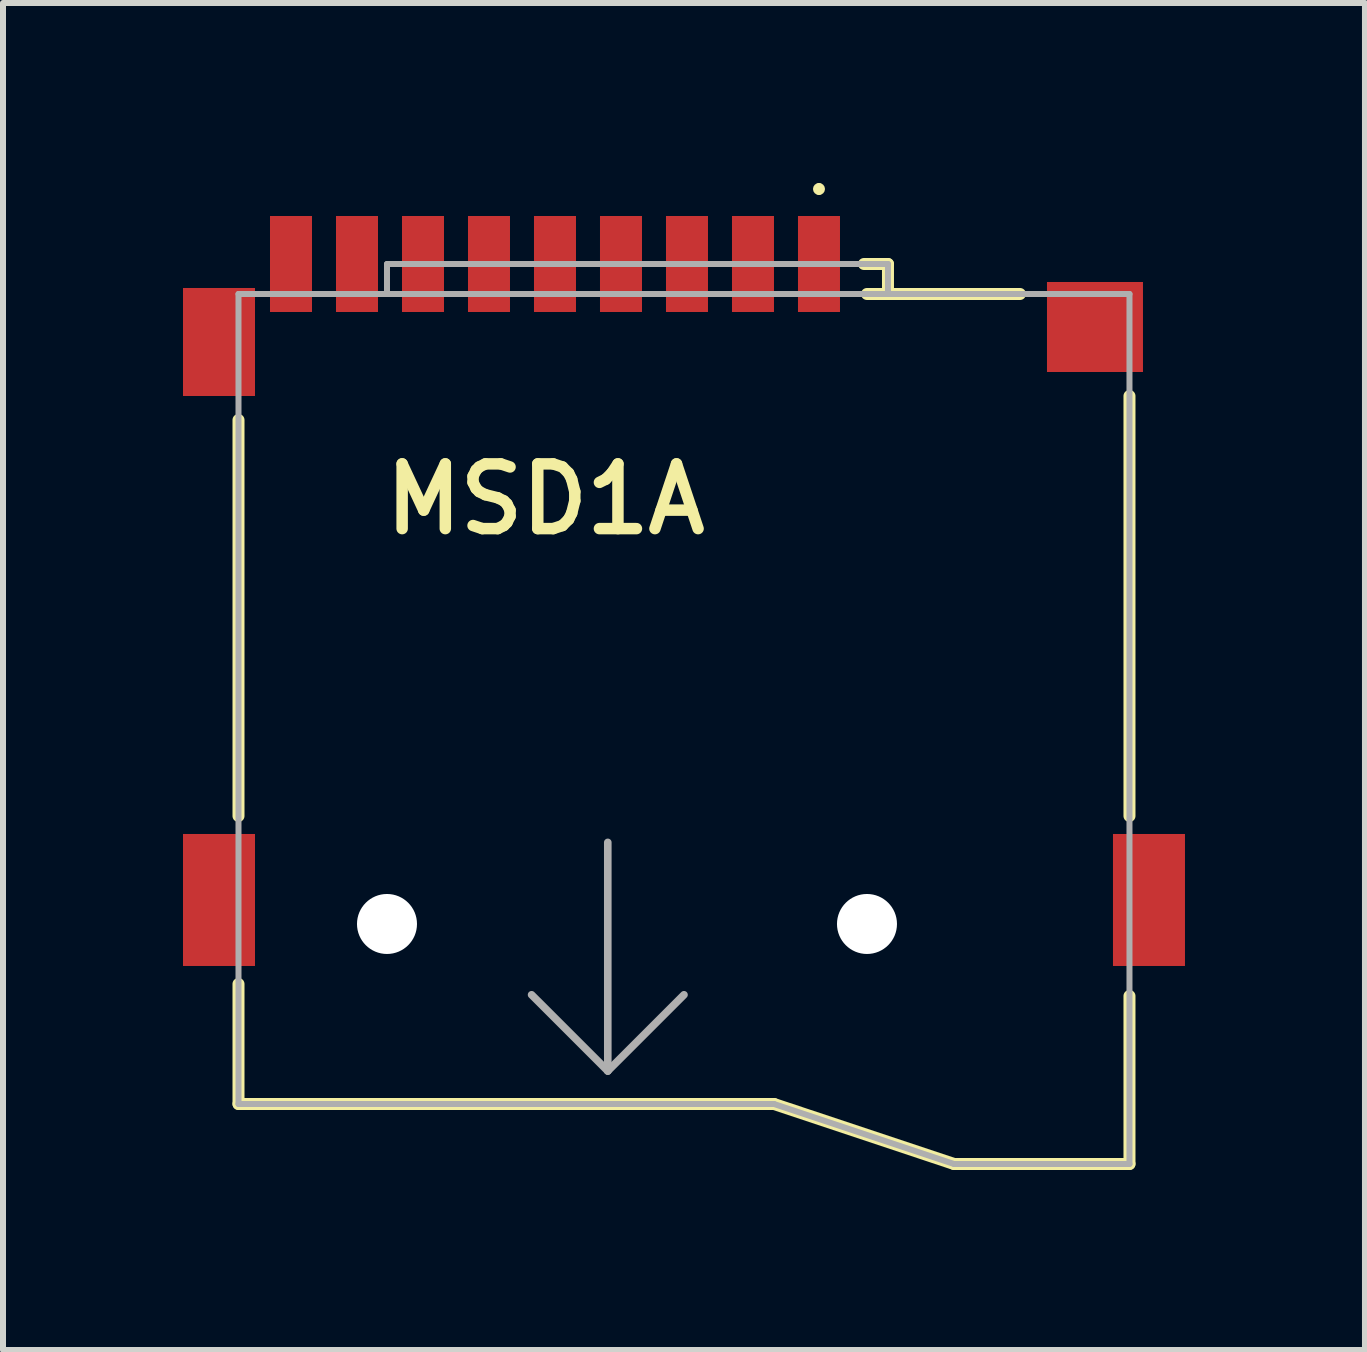
<source format=kicad_pcb>
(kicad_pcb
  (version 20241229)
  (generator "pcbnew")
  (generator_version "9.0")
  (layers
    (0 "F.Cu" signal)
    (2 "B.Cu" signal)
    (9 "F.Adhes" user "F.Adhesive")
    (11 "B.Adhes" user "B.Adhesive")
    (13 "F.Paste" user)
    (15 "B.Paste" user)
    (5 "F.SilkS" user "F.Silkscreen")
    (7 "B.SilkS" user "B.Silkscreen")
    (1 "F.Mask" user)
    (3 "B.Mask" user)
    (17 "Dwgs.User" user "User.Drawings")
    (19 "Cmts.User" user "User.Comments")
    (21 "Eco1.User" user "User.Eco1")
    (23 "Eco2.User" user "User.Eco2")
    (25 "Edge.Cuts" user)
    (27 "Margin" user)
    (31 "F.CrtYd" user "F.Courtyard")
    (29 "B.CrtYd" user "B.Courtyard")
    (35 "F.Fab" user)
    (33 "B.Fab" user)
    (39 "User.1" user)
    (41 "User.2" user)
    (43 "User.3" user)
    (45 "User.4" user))
  (footprint "MSD1A"
    (layer "F.Cu")
    (at 8.35 8.45)
    (property "Reference" "MSD1A" (at -5.08 -3.81 0) (unlocked yes) (layer "F.SilkS") (effects (font (size 1.079 1.079) (thickness 0.191)) (justify left top)))
    (fp_line (start -7.425 -4.5) (end -7.425 2.1) (stroke (width 0.2) (type solid)) (layer "F.SilkS"))
    (fp_line (start -7.425 4.9) (end -7.425 6.9) (stroke (width 0.2) (type solid)) (layer "F.SilkS"))
    (fp_line (start -7.425 6.9) (end 1.5 6.9) (stroke (width 0.2) (type solid)) (layer "F.SilkS"))
    (fp_line (start 1.5 6.9) (end 4.5 7.9) (stroke (width 0.2) (type solid)) (layer "F.SilkS"))
    (fp_line (start 3.05 -6.6) (end 5.6 -6.6) (stroke (width 0.2) (type solid)) (layer "F.SilkS"))
    (fp_line (start 3.4 -7.1) (end 3 -7.1) (stroke (width 0.2) (type solid)) (layer "F.SilkS"))
    (fp_line (start 3.4 -6.6) (end 3.4 -7.1) (stroke (width 0.2) (type solid)) (layer "F.SilkS"))
    (fp_line (start 4.5 7.9) (end 7.425 7.9) (stroke (width 0.2) (type solid)) (layer "F.SilkS"))
    (fp_line (start 7.425 2.1) (end 7.425 -4.9) (stroke (width 0.2) (type solid)) (layer "F.SilkS"))
    (fp_line (start 7.425 7.9) (end 7.425 5.1) (stroke (width 0.2) (type solid)) (layer "F.SilkS"))
    (fp_arc (start 2.25 -8.4) (mid 2.3 -8.35) (end 2.25 -8.3) (stroke (width 0.1) (type solid)) (layer "F.SilkS"))
    (fp_arc (start 2.25 -8.3) (mid 2.2 -8.35) (end 2.25 -8.4) (stroke (width 0.1) (type solid)) (layer "F.SilkS"))
    (fp_line (start -7.425 -6.6) (end -7.425 6.9) (stroke (width 0.1) (type solid)) (layer "F.Fab"))
    (fp_line (start -7.425 6.9) (end 1.5 6.9) (stroke (width 0.1) (type solid)) (layer "F.Fab"))
    (fp_line (start -4.95 -7.1) (end -4.95 -6.6) (stroke (width 0.1) (type solid)) (layer "F.Fab"))
    (fp_line (start -1.27 2.54) (end -1.27 6.35) (stroke (width 0.127) (type solid)) (layer "F.Fab"))
    (fp_line (start -1.27 6.35) (end -2.54 5.08) (stroke (width 0.127) (type solid)) (layer "F.Fab"))
    (fp_line (start -1.27 6.35) (end 0 5.08) (stroke (width 0.127) (type solid)) (layer "F.Fab"))
    (fp_line (start 1.5 6.9) (end 4.5 7.9) (stroke (width 0.1) (type solid)) (layer "F.Fab"))
    (fp_line (start 3.4 -7.1) (end -4.95 -7.1) (stroke (width 0.1) (type solid)) (layer "F.Fab"))
    (fp_line (start 3.4 -6.6) (end 3.4 -7.1) (stroke (width 0.1) (type solid)) (layer "F.Fab"))
    (fp_line (start 4.5 7.9) (end 7.425 7.9) (stroke (width 0.1) (type solid)) (layer "F.Fab"))
    (fp_line (start 7.425 -6.6) (end -7.425 -6.6) (stroke (width 0.1) (type solid)) (layer "F.Fab"))
    (fp_line (start 7.425 7.9) (end 7.425 -6.6) (stroke (width 0.1) (type solid)) (layer "F.Fab"))
    (pad "" np_thru_hole circle (at -4.95 3.9) (size 1 1) (drill 1) (layers "*.Cu" "*.Mask"))
    (pad "" np_thru_hole circle (at 3.05 3.9) (size 1 1) (drill 1) (layers "*.Cu" "*.Mask"))
    (pad "1" smd rect (at 2.25 -7.1 90) (size 1.6 0.7) (layers "F.Cu" "F.Mask" "F.Paste"))
    (pad "2" smd rect (at 1.15 -7.1 90) (size 1.6 0.7) (layers "F.Cu" "F.Mask" "F.Paste"))
    (pad "3" smd rect (at 0.05 -7.1 90) (size 1.6 0.7) (layers "F.Cu" "F.Mask" "F.Paste"))
    (pad "4" smd rect (at -1.05 -7.1 90) (size 1.6 0.7) (layers "F.Cu" "F.Mask" "F.Paste"))
    (pad "5" smd rect (at -2.15 -7.1 90) (size 1.6 0.7) (layers "F.Cu" "F.Mask" "F.Paste"))
    (pad "6" smd rect (at -3.25 -7.1 90) (size 1.6 0.7) (layers "F.Cu" "F.Mask" "F.Paste"))
    (pad "7" smd rect (at -4.35 -7.1 90) (size 1.6 0.7) (layers "F.Cu" "F.Mask" "F.Paste"))
    (pad "8" smd rect (at -5.45 -7.1 90) (size 1.6 0.7) (layers "F.Cu" "F.Mask" "F.Paste"))
    (pad "9" smd rect (at 6.85 -6.05) (size 1.6 1.5) (layers "F.Cu" "F.Mask" "F.Paste"))
    (pad "10" smd rect (at -7.75 -5.8 90) (size 1.8 1.2) (layers "F.Cu" "F.Mask" "F.Paste"))
    (pad "11" smd rect (at 7.75 3.5 90) (size 2.2 1.2) (layers "F.Cu" "F.Mask" "F.Paste"))
    (pad "12" smd rect (at -7.75 3.5 90) (size 2.2 1.2) (layers "F.Cu" "F.Mask" "F.Paste"))
    (pad "CD1" smd rect (at -6.55 -7.1 90) (size 1.6 0.7) (layers "F.Cu" "F.Mask" "F.Paste")))
  (gr_rect
    (start -3 -3)
    (end 19.7 19.45)
    (stroke (width 0.1) (type default))
    (fill no)
    (layer "Edge.Cuts")))
</source>
